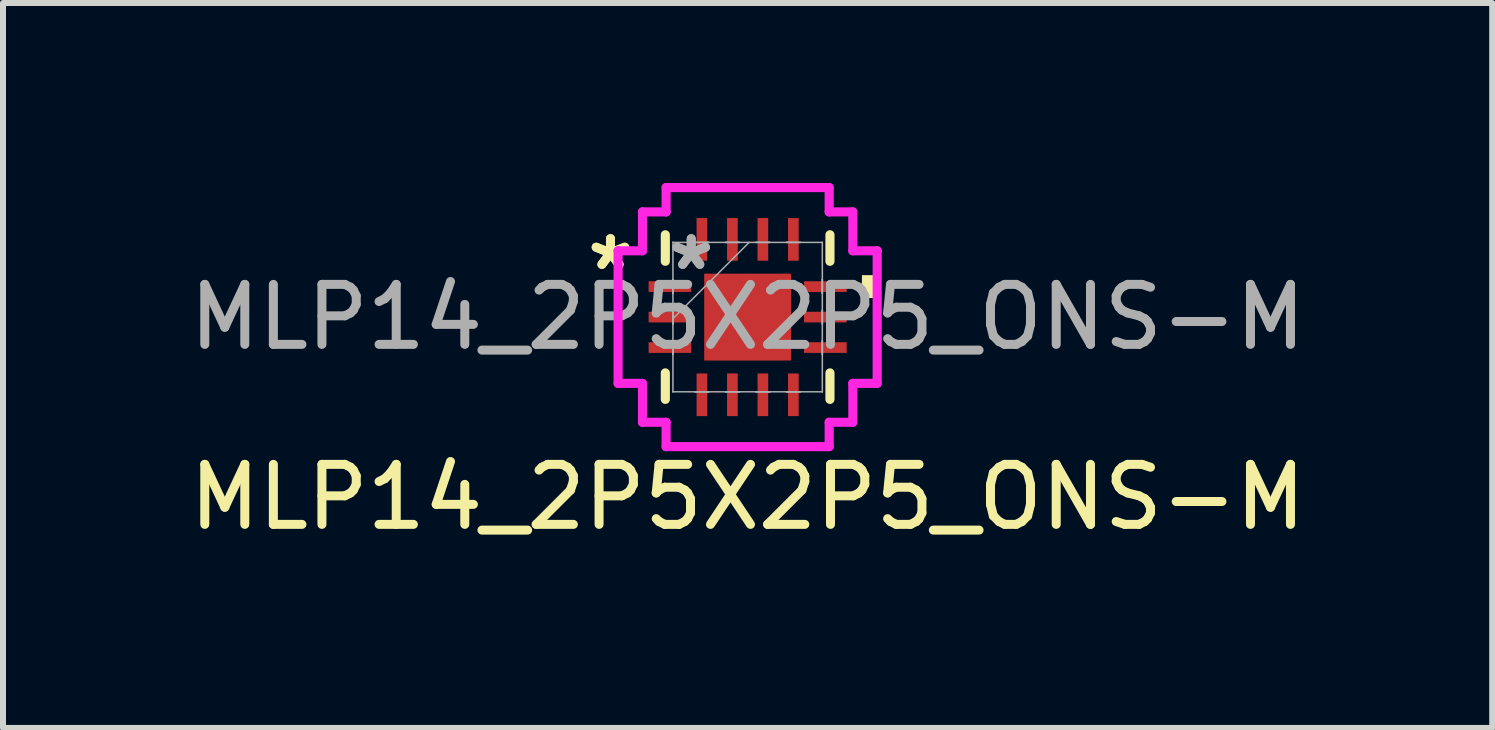
<source format=kicad_pcb>
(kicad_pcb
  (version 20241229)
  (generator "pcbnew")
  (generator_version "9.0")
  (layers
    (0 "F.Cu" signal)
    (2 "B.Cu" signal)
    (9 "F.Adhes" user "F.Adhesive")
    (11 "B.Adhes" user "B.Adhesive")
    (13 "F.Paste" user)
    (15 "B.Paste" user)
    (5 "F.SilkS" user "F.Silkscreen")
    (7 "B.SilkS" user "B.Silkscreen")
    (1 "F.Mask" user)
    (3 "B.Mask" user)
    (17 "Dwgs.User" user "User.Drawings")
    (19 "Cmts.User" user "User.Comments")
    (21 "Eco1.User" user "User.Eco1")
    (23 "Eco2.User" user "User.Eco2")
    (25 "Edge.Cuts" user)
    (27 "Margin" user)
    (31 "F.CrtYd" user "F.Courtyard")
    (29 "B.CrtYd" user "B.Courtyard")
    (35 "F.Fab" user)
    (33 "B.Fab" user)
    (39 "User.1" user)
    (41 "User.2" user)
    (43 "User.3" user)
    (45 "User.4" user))
  (footprint "MLP14_2P5X2P5_ONS-M"
    (layer "F.Cu")
    (at 9.411 2.235)
    (property "Reference" "MLP14_2P5X2P5_ONS-M" (at 0 3 0) (unlocked yes) (layer "F.SilkS") (effects (font (size 1 1) (thickness 0.15))))
    (attr smd)
    (fp_line (start -1.372 -1.372) (end -1.372 -0.93) (stroke (width 0.152) (type solid)) (layer "F.SilkS"))
    (fp_line (start -1.372 0.93) (end -1.372 1.372) (stroke (width 0.152) (type solid)) (layer "F.SilkS"))
    (fp_line (start 1.372 -0.93) (end 1.372 -1.372) (stroke (width 0.152) (type solid)) (layer "F.SilkS"))
    (fp_line (start 1.372 1.372) (end 1.372 0.93) (stroke (width 0.152) (type solid)) (layer "F.SilkS"))
    (fp_poly (pts (xy 2.159 -0.699) (xy 2.159 -0.318) (xy 1.905 -0.318) (xy 1.905 -0.699)) (stroke (width 0) (type solid)) (fill yes) (layer "F.SilkS"))
    (fp_line (start -2.159 -1.105) (end -1.753 -1.105) (stroke (width 0.152) (type solid)) (layer "F.CrtYd"))
    (fp_line (start -2.159 1.105) (end -2.159 -1.105) (stroke (width 0.152) (type solid)) (layer "F.CrtYd"))
    (fp_line (start -1.753 -1.753) (end -1.359 -1.753) (stroke (width 0.152) (type solid)) (layer "F.CrtYd"))
    (fp_line (start -1.753 -1.105) (end -1.753 -1.753) (stroke (width 0.152) (type solid)) (layer "F.CrtYd"))
    (fp_line (start -1.753 1.105) (end -2.159 1.105) (stroke (width 0.152) (type solid)) (layer "F.CrtYd"))
    (fp_line (start -1.753 1.753) (end -1.753 1.105) (stroke (width 0.152) (type solid)) (layer "F.CrtYd"))
    (fp_line (start -1.359 -2.159) (end 1.359 -2.159) (stroke (width 0.152) (type solid)) (layer "F.CrtYd"))
    (fp_line (start -1.359 -1.753) (end -1.359 -2.159) (stroke (width 0.152) (type solid)) (layer "F.CrtYd"))
    (fp_line (start -1.359 1.753) (end -1.753 1.753) (stroke (width 0.152) (type solid)) (layer "F.CrtYd"))
    (fp_line (start -1.359 2.159) (end -1.359 1.753) (stroke (width 0.152) (type solid)) (layer "F.CrtYd"))
    (fp_line (start 1.359 -2.159) (end 1.359 -1.753) (stroke (width 0.152) (type solid)) (layer "F.CrtYd"))
    (fp_line (start 1.359 -1.753) (end 1.753 -1.753) (stroke (width 0.152) (type solid)) (layer "F.CrtYd"))
    (fp_line (start 1.359 1.753) (end 1.359 2.159) (stroke (width 0.152) (type solid)) (layer "F.CrtYd"))
    (fp_line (start 1.359 2.159) (end -1.359 2.159) (stroke (width 0.152) (type solid)) (layer "F.CrtYd"))
    (fp_line (start 1.753 -1.753) (end 1.753 -1.105) (stroke (width 0.152) (type solid)) (layer "F.CrtYd"))
    (fp_line (start 1.753 -1.105) (end 2.159 -1.105) (stroke (width 0.152) (type solid)) (layer "F.CrtYd"))
    (fp_line (start 1.753 1.105) (end 1.753 1.753) (stroke (width 0.152) (type solid)) (layer "F.CrtYd"))
    (fp_line (start 1.753 1.753) (end 1.359 1.753) (stroke (width 0.152) (type solid)) (layer "F.CrtYd"))
    (fp_line (start 2.159 -1.105) (end 2.159 1.105) (stroke (width 0.152) (type solid)) (layer "F.CrtYd"))
    (fp_line (start 2.159 1.105) (end 1.753 1.105) (stroke (width 0.152) (type solid)) (layer "F.CrtYd"))
    (fp_line (start -1.245 -1.245) (end -1.245 -1.245) (stroke (width 0.025) (type solid)) (layer "F.Fab"))
    (fp_line (start -1.245 -1.245) (end -1.245 1.245) (stroke (width 0.025) (type solid)) (layer "F.Fab"))
    (fp_line (start -1.245 -0.622) (end -1.245 -0.622) (stroke (width 0.025) (type solid)) (layer "F.Fab"))
    (fp_line (start -1.245 -0.622) (end -1.245 -0.394) (stroke (width 0.025) (type solid)) (layer "F.Fab"))
    (fp_line (start -1.245 -0.394) (end -1.245 -0.622) (stroke (width 0.025) (type solid)) (layer "F.Fab"))
    (fp_line (start -1.245 -0.394) (end -1.245 -0.394) (stroke (width 0.025) (type solid)) (layer "F.Fab"))
    (fp_line (start -1.245 -0.114) (end -1.245 -0.114) (stroke (width 0.025) (type solid)) (layer "F.Fab"))
    (fp_line (start -1.245 -0.114) (end -1.245 0.114) (stroke (width 0.025) (type solid)) (layer "F.Fab"))
    (fp_line (start -1.245 0.025) (end 0.025 -1.245) (stroke (width 0.025) (type solid)) (layer "F.Fab"))
    (fp_line (start -1.245 0.114) (end -1.245 -0.114) (stroke (width 0.025) (type solid)) (layer "F.Fab"))
    (fp_line (start -1.245 0.114) (end -1.245 0.114) (stroke (width 0.025) (type solid)) (layer "F.Fab"))
    (fp_line (start -1.245 0.394) (end -1.245 0.394) (stroke (width 0.025) (type solid)) (layer "F.Fab"))
    (fp_line (start -1.245 0.394) (end -1.245 0.622) (stroke (width 0.025) (type solid)) (layer "F.Fab"))
    (fp_line (start -1.245 0.622) (end -1.245 0.394) (stroke (width 0.025) (type solid)) (layer "F.Fab"))
    (fp_line (start -1.245 0.622) (end -1.245 0.622) (stroke (width 0.025) (type solid)) (layer "F.Fab"))
    (fp_line (start -1.245 1.245) (end -1.245 1.245) (stroke (width 0.025) (type solid)) (layer "F.Fab"))
    (fp_line (start -1.245 1.245) (end 1.245 1.245) (stroke (width 0.025) (type solid)) (layer "F.Fab"))
    (fp_line (start -0.876 -1.245) (end -0.876 -1.245) (stroke (width 0.025) (type solid)) (layer "F.Fab"))
    (fp_line (start -0.876 -1.245) (end -0.648 -1.245) (stroke (width 0.025) (type solid)) (layer "F.Fab"))
    (fp_line (start -0.876 1.245) (end -0.876 1.245) (stroke (width 0.025) (type solid)) (layer "F.Fab"))
    (fp_line (start -0.876 1.245) (end -0.648 1.245) (stroke (width 0.025) (type solid)) (layer "F.Fab"))
    (fp_line (start -0.648 -1.245) (end -0.876 -1.245) (stroke (width 0.025) (type solid)) (layer "F.Fab"))
    (fp_line (start -0.648 -1.245) (end -0.648 -1.245) (stroke (width 0.025) (type solid)) (layer "F.Fab"))
    (fp_line (start -0.648 1.245) (end -0.876 1.245) (stroke (width 0.025) (type solid)) (layer "F.Fab"))
    (fp_line (start -0.648 1.245) (end -0.648 1.245) (stroke (width 0.025) (type solid)) (layer "F.Fab"))
    (fp_line (start -0.368 -1.245) (end -0.368 -1.245) (stroke (width 0.025) (type solid)) (layer "F.Fab"))
    (fp_line (start -0.368 -1.245) (end -0.14 -1.245) (stroke (width 0.025) (type solid)) (layer "F.Fab"))
    (fp_line (start -0.368 1.245) (end -0.368 1.245) (stroke (width 0.025) (type solid)) (layer "F.Fab"))
    (fp_line (start -0.368 1.245) (end -0.14 1.245) (stroke (width 0.025) (type solid)) (layer "F.Fab"))
    (fp_line (start -0.14 -1.245) (end -0.368 -1.245) (stroke (width 0.025) (type solid)) (layer "F.Fab"))
    (fp_line (start -0.14 -1.245) (end -0.14 -1.245) (stroke (width 0.025) (type solid)) (layer "F.Fab"))
    (fp_line (start -0.14 1.245) (end -0.368 1.245) (stroke (width 0.025) (type solid)) (layer "F.Fab"))
    (fp_line (start -0.14 1.245) (end -0.14 1.245) (stroke (width 0.025) (type solid)) (layer "F.Fab"))
    (fp_line (start 0.14 -1.245) (end 0.14 -1.245) (stroke (width 0.025) (type solid)) (layer "F.Fab"))
    (fp_line (start 0.14 -1.245) (end 0.368 -1.245) (stroke (width 0.025) (type solid)) (layer "F.Fab"))
    (fp_line (start 0.14 1.245) (end 0.14 1.245) (stroke (width 0.025) (type solid)) (layer "F.Fab"))
    (fp_line (start 0.14 1.245) (end 0.368 1.245) (stroke (width 0.025) (type solid)) (layer "F.Fab"))
    (fp_line (start 0.368 -1.245) (end 0.14 -1.245) (stroke (width 0.025) (type solid)) (layer "F.Fab"))
    (fp_line (start 0.368 -1.245) (end 0.368 -1.245) (stroke (width 0.025) (type solid)) (layer "F.Fab"))
    (fp_line (start 0.368 1.245) (end 0.14 1.245) (stroke (width 0.025) (type solid)) (layer "F.Fab"))
    (fp_line (start 0.368 1.245) (end 0.368 1.245) (stroke (width 0.025) (type solid)) (layer "F.Fab"))
    (fp_line (start 0.648 -1.245) (end 0.648 -1.245) (stroke (width 0.025) (type solid)) (layer "F.Fab"))
    (fp_line (start 0.648 -1.245) (end 0.876 -1.245) (stroke (width 0.025) (type solid)) (layer "F.Fab"))
    (fp_line (start 0.648 1.245) (end 0.648 1.245) (stroke (width 0.025) (type solid)) (layer "F.Fab"))
    (fp_line (start 0.648 1.245) (end 0.876 1.245) (stroke (width 0.025) (type solid)) (layer "F.Fab"))
    (fp_line (start 0.876 -1.245) (end 0.648 -1.245) (stroke (width 0.025) (type solid)) (layer "F.Fab"))
    (fp_line (start 0.876 -1.245) (end 0.876 -1.245) (stroke (width 0.025) (type solid)) (layer "F.Fab"))
    (fp_line (start 0.876 1.245) (end 0.648 1.245) (stroke (width 0.025) (type solid)) (layer "F.Fab"))
    (fp_line (start 0.876 1.245) (end 0.876 1.245) (stroke (width 0.025) (type solid)) (layer "F.Fab"))
    (fp_line (start 1.245 -1.245) (end -1.245 -1.245) (stroke (width 0.025) (type solid)) (layer "F.Fab"))
    (fp_line (start 1.245 -1.245) (end 1.245 -1.245) (stroke (width 0.025) (type solid)) (layer "F.Fab"))
    (fp_line (start 1.245 -0.622) (end 1.245 -0.622) (stroke (width 0.025) (type solid)) (layer "F.Fab"))
    (fp_line (start 1.245 -0.622) (end 1.245 -0.394) (stroke (width 0.025) (type solid)) (layer "F.Fab"))
    (fp_line (start 1.245 -0.394) (end 1.245 -0.622) (stroke (width 0.025) (type solid)) (layer "F.Fab"))
    (fp_line (start 1.245 -0.394) (end 1.245 -0.394) (stroke (width 0.025) (type solid)) (layer "F.Fab"))
    (fp_line (start 1.245 -0.114) (end 1.245 -0.114) (stroke (width 0.025) (type solid)) (layer "F.Fab"))
    (fp_line (start 1.245 -0.114) (end 1.245 0.114) (stroke (width 0.025) (type solid)) (layer "F.Fab"))
    (fp_line (start 1.245 0.114) (end 1.245 -0.114) (stroke (width 0.025) (type solid)) (layer "F.Fab"))
    (fp_line (start 1.245 0.114) (end 1.245 0.114) (stroke (width 0.025) (type solid)) (layer "F.Fab"))
    (fp_line (start 1.245 0.394) (end 1.245 0.394) (stroke (width 0.025) (type solid)) (layer "F.Fab"))
    (fp_line (start 1.245 0.394) (end 1.245 0.622) (stroke (width 0.025) (type solid)) (layer "F.Fab"))
    (fp_line (start 1.245 0.622) (end 1.245 0.394) (stroke (width 0.025) (type solid)) (layer "F.Fab"))
    (fp_line (start 1.245 0.622) (end 1.245 0.622) (stroke (width 0.025) (type solid)) (layer "F.Fab"))
    (fp_line (start 1.245 1.245) (end 1.245 -1.245) (stroke (width 0.025) (type solid)) (layer "F.Fab"))
    (fp_line (start 1.245 1.245) (end 1.245 1.245) (stroke (width 0.025) (type solid)) (layer "F.Fab"))
    (fp_text user "*" (at -2.286 -0.762 0) (unlocked yes) (layer "F.SilkS") (effects (font (size 1 1) (thickness 0.15))))
    (fp_text user "*" (at -2.286 -0.762 0) (layer "F.SilkS") (effects (font (size 1 1) (thickness 0.15))))
    (fp_text user "${REFERENCE}" (at 0 0 0) (unlocked yes) (layer "F.Fab") (effects (font (size 1 1) (thickness 0.15))))
    (fp_text user "*" (at -0.94 -0.762 0) (unlocked yes) (layer "F.Fab") (effects (font (size 1 1) (thickness 0.15))))
    (fp_text user "*" (at -0.94 -0.762 0) (layer "F.Fab") (effects (font (size 1 1) (thickness 0.15))))
    (pad "1" smd rect (at -1.295 -0.508 90) (size 0.178 0.711) (layers "F.Cu" "F.Mask" "F.Paste"))
    (pad "2" smd rect (at -1.295 0 90) (size 0.178 0.711) (layers "F.Cu" "F.Mask" "F.Paste"))
    (pad "3" smd rect (at -1.295 0.508 90) (size 0.178 0.711) (layers "F.Cu" "F.Mask" "F.Paste"))
    (pad "4" smd rect (at -0.762 1.295) (size 0.178 0.711) (layers "F.Cu" "F.Mask" "F.Paste"))
    (pad "5" smd rect (at -0.254 1.295) (size 0.178 0.711) (layers "F.Cu" "F.Mask" "F.Paste"))
    (pad "6" smd rect (at 0.254 1.295) (size 0.178 0.711) (layers "F.Cu" "F.Mask" "F.Paste"))
    (pad "7" smd rect (at 0.762 1.295) (size 0.178 0.711) (layers "F.Cu" "F.Mask" "F.Paste"))
    (pad "8" smd rect (at 1.295 0.508 90) (size 0.178 0.711) (layers "F.Cu" "F.Mask" "F.Paste"))
    (pad "9" smd rect (at 1.295 0 90) (size 0.178 0.711) (layers "F.Cu" "F.Mask" "F.Paste"))
    (pad "10" smd rect (at 1.295 -0.508 90) (size 0.178 0.711) (layers "F.Cu" "F.Mask" "F.Paste"))
    (pad "11" smd rect (at 0.762 -1.295) (size 0.178 0.711) (layers "F.Cu" "F.Mask" "F.Paste"))
    (pad "12" smd rect (at 0.254 -1.295) (size 0.178 0.711) (layers "F.Cu" "F.Mask" "F.Paste"))
    (pad "13" smd rect (at -0.254 -1.295) (size 0.178 0.711) (layers "F.Cu" "F.Mask" "F.Paste"))
    (pad "14" smd rect (at -0.762 -1.295) (size 0.178 0.711) (layers "F.Cu" "F.Mask" "F.Paste"))
    (pad "15" smd rect (at 0 0) (size 1.448 1.448) (layers "F.Cu" "F.Mask" "F.Paste")))
  (gr_rect
    (start -3 -3)
    (end 21.821 9.083)
    (stroke (width 0.1) (type default))
    (fill no)
    (layer "Edge.Cuts")))
</source>
